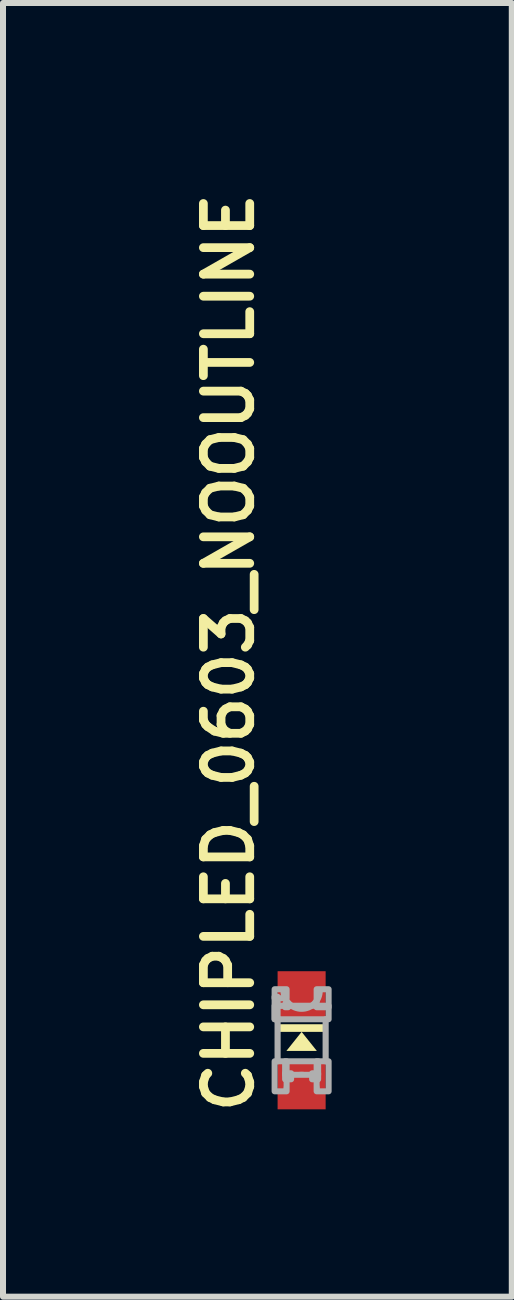
<source format=kicad_pcb>
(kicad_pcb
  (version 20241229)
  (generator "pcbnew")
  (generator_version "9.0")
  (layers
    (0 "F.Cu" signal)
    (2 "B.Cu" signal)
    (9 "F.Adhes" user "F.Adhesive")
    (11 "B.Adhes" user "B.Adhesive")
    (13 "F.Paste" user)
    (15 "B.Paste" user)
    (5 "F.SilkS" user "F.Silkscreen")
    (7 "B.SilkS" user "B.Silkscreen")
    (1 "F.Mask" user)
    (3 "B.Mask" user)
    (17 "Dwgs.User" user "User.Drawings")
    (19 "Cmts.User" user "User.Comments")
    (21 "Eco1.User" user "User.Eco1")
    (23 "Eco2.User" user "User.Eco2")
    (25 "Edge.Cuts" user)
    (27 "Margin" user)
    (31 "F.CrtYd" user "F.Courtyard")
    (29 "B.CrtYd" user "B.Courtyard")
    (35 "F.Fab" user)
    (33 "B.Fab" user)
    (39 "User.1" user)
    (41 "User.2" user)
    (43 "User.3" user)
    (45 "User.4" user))
  (footprint "CHIPLED_0603_NOOUTLINE"
    (layer "F.Cu")
    (at 1.973 14.274)
    (property "Reference" "CHIPLED_0603_NOOUTLINE" (at -0.762 1.27 90) (layer "F.SilkS") (effects (font (size 0.772 0.772) (thickness 0.146)) (justify left bottom)))
    (attr through_hole)
    (fp_poly (pts (xy 0 -0.14) (xy -0.254 0.178) (xy 0.254 0.178)) (stroke (width 0) (type solid)) (fill yes) (layer "F.SilkS"))
    (fp_poly (pts (xy -0.381 -0.14) (xy 0.381 -0.14) (xy 0.381 -0.267) (xy -0.381 -0.267)) (stroke (width 0) (type solid)) (fill yes) (layer "F.SilkS"))
    (fp_line (start -0.4 -0.375) (end -0.4 0.35) (stroke (width 0.102) (type solid)) (layer "F.Fab"))
    (fp_line (start 0.4 -0.35) (end 0.4 0.35) (stroke (width 0.102) (type solid)) (layer "F.Fab"))
    (fp_arc (start -0.274999 0.825) (mid 0 0.550001) (end 0.274999 0.825) (stroke (width 0.0508) (type solid)) (layer "F.Fab"))
    (fp_arc (start 0.3 -0.799999) (mid 0 -0.524966) (end -0.3 -0.799999) (stroke (width 0.1016) (type solid)) (layer "F.Fab"))
    (fp_circle (center -0.35 -0.625) (end -0.275 -0.625) (stroke (width 0.051) (type solid)) (fill no) (layer "F.Fab"))
    (fp_poly (pts (xy -0.45 -0.7) (xy -0.25 -0.7) (xy -0.25 -0.85) (xy -0.45 -0.85)) (stroke (width 0.1) (type solid)) (fill no) (layer "F.Fab"))
    (fp_poly (pts (xy -0.45 -0.35) (xy -0.4 -0.35) (xy -0.4 -0.725) (xy -0.45 -0.725)) (stroke (width 0.1) (type solid)) (fill no) (layer "F.Fab"))
    (fp_poly (pts (xy -0.45 -0.35) (xy 0.45 -0.35) (xy 0.45 -0.575) (xy -0.45 -0.575)) (stroke (width 0.1) (type solid)) (fill no) (layer "F.Fab"))
    (fp_poly (pts (xy -0.45 0.85) (xy -0.25 0.85) (xy -0.25 0.35) (xy -0.45 0.35)) (stroke (width 0.1) (type solid)) (fill no) (layer "F.Fab"))
    (fp_poly (pts (xy -0.275 -0.55) (xy -0.225 -0.55) (xy -0.225 -0.6) (xy -0.275 -0.6)) (stroke (width 0.1) (type solid)) (fill no) (layer "F.Fab"))
    (fp_poly (pts (xy -0.275 0.575) (xy 0.275 0.575) (xy 0.275 0.35) (xy -0.275 0.35)) (stroke (width 0.1) (type solid)) (fill no) (layer "F.Fab"))
    (fp_poly (pts (xy -0.275 0.65) (xy -0.175 0.65) (xy -0.175 0.55) (xy -0.275 0.55)) (stroke (width 0.1) (type solid)) (fill no) (layer "F.Fab"))
    (fp_poly (pts (xy 0.175 0.65) (xy 0.275 0.65) (xy 0.275 0.55) (xy 0.175 0.55)) (stroke (width 0.1) (type solid)) (fill no) (layer "F.Fab"))
    (fp_poly (pts (xy 0.25 -0.55) (xy 0.45 -0.55) (xy 0.45 -0.85) (xy 0.25 -0.85)) (stroke (width 0.1) (type solid)) (fill no) (layer "F.Fab"))
    (fp_poly (pts (xy 0.25 0.85) (xy 0.45 0.85) (xy 0.45 0.35) (xy 0.25 0.35)) (stroke (width 0.1) (type solid)) (fill no) (layer "F.Fab"))
    (pad "A" smd rect (at 0 0.75) (size 0.8 0.8) (layers "F.Cu" "F.Mask" "F.Paste"))
    (pad "C" smd rect (at 0 -0.75) (size 0.8 0.8) (layers "F.Cu" "F.Mask" "F.Paste")))
  (gr_rect
    (start -3 -3)
    (end 5.473 18.544)
    (stroke (width 0.1) (type default))
    (fill no)
    (layer "Edge.Cuts")))
</source>
